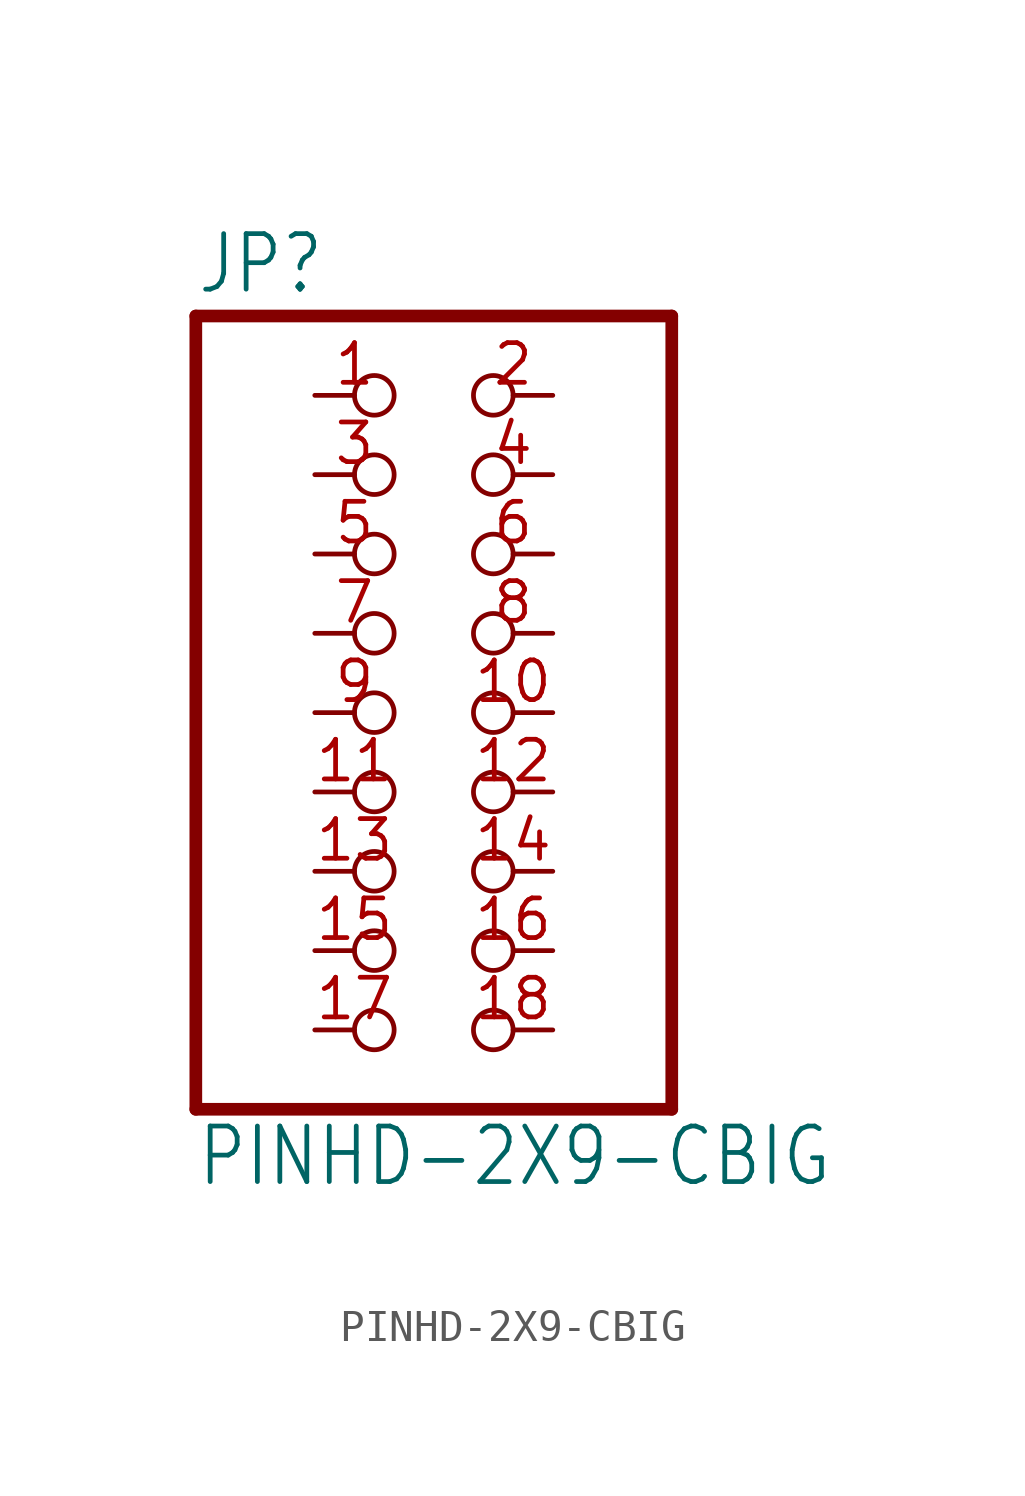
<source format=kicad_sym>
(kicad_symbol_lib
  (version 20211014)
  (generator kicad_symbol_editor)
  (symbol "PINHD-2X9-CBIG"
    (property "Reference" "JP"
      (at -6.35 13.335 0)
      (effects (font (size 1.778 1.511)) (justify left bottom)))
    (property "Value" "PINHD-2X9-CBIG"
      (at -6.35 -15.24 0)
      (effects (font (size 1.778 1.511)) (justify left bottom)))
    (property "ki_locked" ""
      (at 0 0 0)
      (effects (font (size 1.27 1.27))))
    (symbol "PINHD-2X9-CBIG_1_0"
      (polyline (pts (xy -6.35 -12.7) (xy 8.89 -12.7)) (stroke (width 0.406) (type default) (color 0 0 0 0)) (fill (type none)))
      (polyline (pts (xy -6.35 12.7) (xy -6.35 -12.7)) (stroke (width 0.406) (type default) (color 0 0 0 0)) (fill (type none)))
      (polyline (pts (xy 8.89 -12.7) (xy 8.89 12.7)) (stroke (width 0.406) (type default) (color 0 0 0 0)) (fill (type none)))
      (polyline (pts (xy 8.89 12.7) (xy -6.35 12.7)) (stroke (width 0.406) (type default) (color 0 0 0 0)) (fill (type none)))
      (pin passive inverted (at -2.54 10.16 0) (length 2.54) (name "1" (effects (font (size 0 0)))) (number "1" (effects (font (size 1.27 1.27)))))
      (pin passive inverted (at 5.08 0 180) (length 2.54) (name "10" (effects (font (size 0 0)))) (number "10" (effects (font (size 1.27 1.27)))))
      (pin passive inverted (at -2.54 -2.54 0) (length 2.54) (name "11" (effects (font (size 0 0)))) (number "11" (effects (font (size 1.27 1.27)))))
      (pin passive inverted (at 5.08 -2.54 180) (length 2.54) (name "12" (effects (font (size 0 0)))) (number "12" (effects (font (size 1.27 1.27)))))
      (pin passive inverted (at -2.54 -5.08 0) (length 2.54) (name "13" (effects (font (size 0 0)))) (number "13" (effects (font (size 1.27 1.27)))))
      (pin passive inverted (at 5.08 -5.08 180) (length 2.54) (name "14" (effects (font (size 0 0)))) (number "14" (effects (font (size 1.27 1.27)))))
      (pin passive inverted (at -2.54 -7.62 0) (length 2.54) (name "15" (effects (font (size 0 0)))) (number "15" (effects (font (size 1.27 1.27)))))
      (pin passive inverted (at 5.08 -7.62 180) (length 2.54) (name "16" (effects (font (size 0 0)))) (number "16" (effects (font (size 1.27 1.27)))))
      (pin passive inverted (at -2.54 -10.16 0) (length 2.54) (name "17" (effects (font (size 0 0)))) (number "17" (effects (font (size 1.27 1.27)))))
      (pin passive inverted (at 5.08 -10.16 180) (length 2.54) (name "18" (effects (font (size 0 0)))) (number "18" (effects (font (size 1.27 1.27)))))
      (pin passive inverted (at 5.08 10.16 180) (length 2.54) (name "2" (effects (font (size 0 0)))) (number "2" (effects (font (size 1.27 1.27)))))
      (pin passive inverted (at -2.54 7.62 0) (length 2.54) (name "3" (effects (font (size 0 0)))) (number "3" (effects (font (size 1.27 1.27)))))
      (pin passive inverted (at 5.08 7.62 180) (length 2.54) (name "4" (effects (font (size 0 0)))) (number "4" (effects (font (size 1.27 1.27)))))
      (pin passive inverted (at -2.54 5.08 0) (length 2.54) (name "5" (effects (font (size 0 0)))) (number "5" (effects (font (size 1.27 1.27)))))
      (pin passive inverted (at 5.08 5.08 180) (length 2.54) (name "6" (effects (font (size 0 0)))) (number "6" (effects (font (size 1.27 1.27)))))
      (pin passive inverted (at -2.54 2.54 0) (length 2.54) (name "7" (effects (font (size 0 0)))) (number "7" (effects (font (size 1.27 1.27)))))
      (pin passive inverted (at 5.08 2.54 180) (length 2.54) (name "8" (effects (font (size 0 0)))) (number "8" (effects (font (size 1.27 1.27)))))
      (pin passive inverted (at -2.54 0 0) (length 2.54) (name "9" (effects (font (size 0 0)))) (number "9" (effects (font (size 1.27 1.27))))))))
</source>
